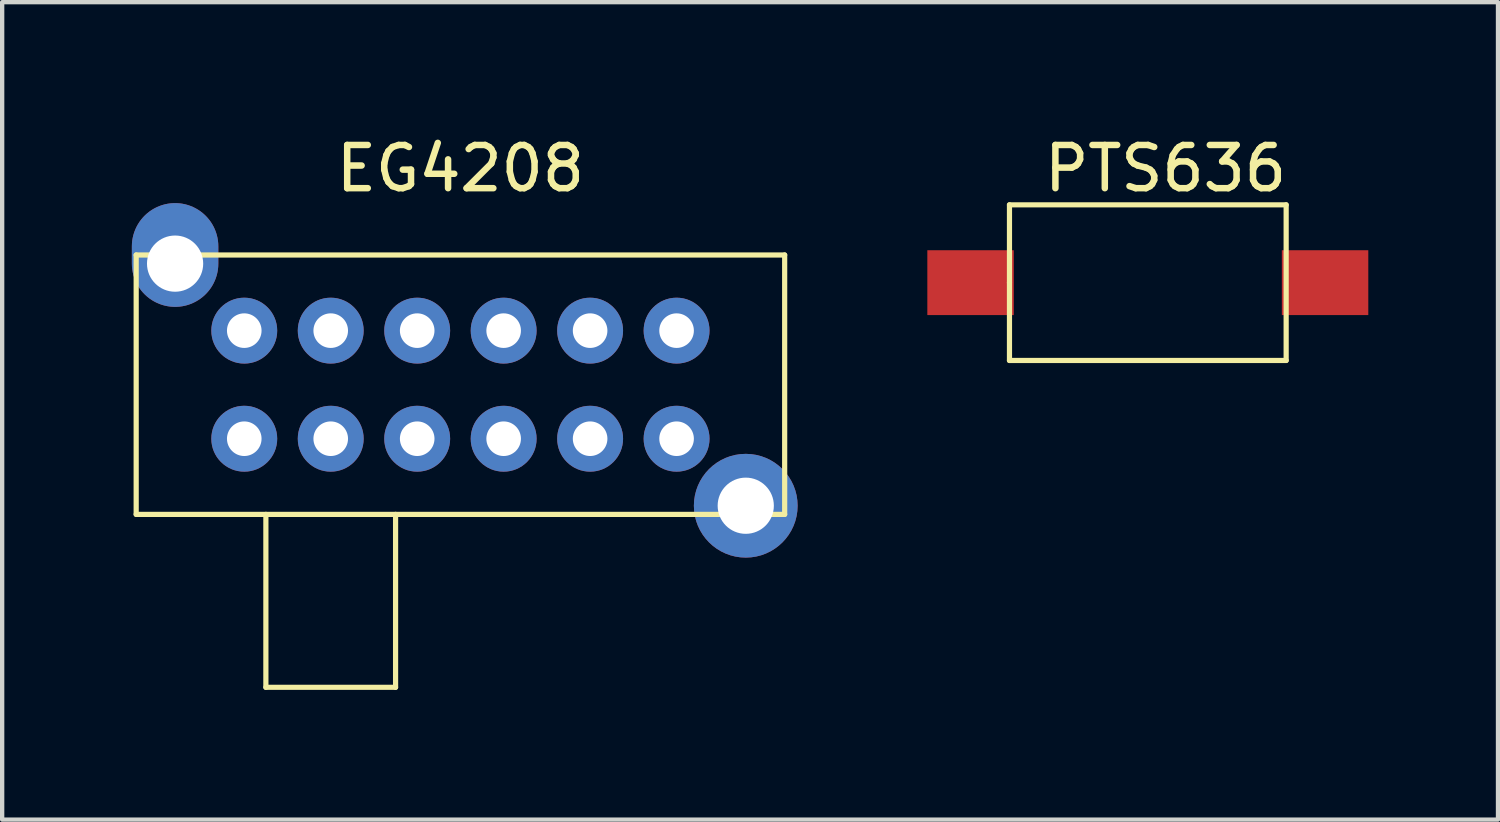
<source format=kicad_pcb>
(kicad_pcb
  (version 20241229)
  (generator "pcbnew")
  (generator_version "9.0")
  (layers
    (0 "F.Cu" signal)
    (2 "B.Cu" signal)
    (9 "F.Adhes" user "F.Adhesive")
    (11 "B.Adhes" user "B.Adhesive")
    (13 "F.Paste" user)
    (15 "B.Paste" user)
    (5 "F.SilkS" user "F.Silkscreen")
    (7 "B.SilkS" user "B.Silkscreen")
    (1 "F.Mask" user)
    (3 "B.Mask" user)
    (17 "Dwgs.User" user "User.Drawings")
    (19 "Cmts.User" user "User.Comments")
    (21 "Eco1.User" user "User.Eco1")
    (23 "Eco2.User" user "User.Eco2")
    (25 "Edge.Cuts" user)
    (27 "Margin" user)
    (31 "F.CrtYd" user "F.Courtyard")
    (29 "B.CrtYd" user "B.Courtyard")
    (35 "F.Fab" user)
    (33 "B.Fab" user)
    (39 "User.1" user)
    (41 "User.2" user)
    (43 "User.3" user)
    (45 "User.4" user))
  (footprint "PTS636"
    (layer "F.Cu")
    (at 23.5 3.488)
    (property "Reference" "PTS636" (at 0.41 -2.64 0) (layer "F.SilkS") (effects (font (size 1 1) (thickness 0.15))))
    (attr through_hole)
    (fp_line (start -3.2 -1.8) (end 3.2 -1.8) (stroke (width 0.12) (type solid)) (layer "F.SilkS"))
    (fp_line (start -3.2 0) (end -3.2 -1.8) (stroke (width 0.12) (type solid)) (layer "F.SilkS"))
    (fp_line (start -3.2 1.8) (end -3.2 0) (stroke (width 0.12) (type solid)) (layer "F.SilkS"))
    (fp_line (start 3.2 -1.8) (end 3.2 1.8) (stroke (width 0.12) (type solid)) (layer "F.SilkS"))
    (fp_line (start 3.2 1.8) (end -3.2 1.8) (stroke (width 0.12) (type solid)) (layer "F.SilkS"))
    (pad "1" smd rect (at -4.1 0) (size 2 1.5) (layers "F.Cu" "F.Mask" "F.Paste"))
    (pad "2" smd rect (at 4.1 0) (size 2 1.5) (layers "F.Cu" "F.Mask" "F.Paste")))
  (footprint "EG4208"
    (layer "F.Cu")
    (at 7.6 5.848)
    (property "Reference" "EG4208" (at 0 -5 0) (layer "F.SilkS") (effects (font (size 1 1) (thickness 0.15))))
    (attr through_hole)
    (fp_line (start -7.5 -3) (end 7.5 -3) (stroke (width 0.12) (type solid)) (layer "F.SilkS"))
    (fp_line (start -7.5 3) (end -7.5 -3) (stroke (width 0.12) (type solid)) (layer "F.SilkS"))
    (fp_line (start -4.5 7) (end -4.5 3) (stroke (width 0.12) (type solid)) (layer "F.SilkS"))
    (fp_line (start -1.5 3) (end -1.5 7) (stroke (width 0.12) (type solid)) (layer "F.SilkS"))
    (fp_line (start -1.5 7) (end -4.5 7) (stroke (width 0.12) (type solid)) (layer "F.SilkS"))
    (fp_line (start 7.5 -3) (end 7.5 3) (stroke (width 0.12) (type solid)) (layer "F.SilkS"))
    (fp_line (start 7.5 3) (end -7.5 3) (stroke (width 0.12) (type solid)) (layer "F.SilkS"))
    (pad "" thru_hole oval (at -6.6 -2.8) (size 2 2.4) (drill 1.3 (offset 0 -0.2)) (layers "*.Cu" "*.Mask"))
    (pad "" thru_hole circle (at 6.6 2.8) (size 2.4 2.4) (drill 1.3) (layers "*.Cu" "*.Mask"))
    (pad "1" thru_hole circle (at -5 1.25) (size 1.524 1.524) (drill 0.8) (layers "*.Cu" "*.Mask"))
    (pad "2" thru_hole circle (at -3 1.25) (size 1.524 1.524) (drill 0.8) (layers "*.Cu" "*.Mask"))
    (pad "3" thru_hole circle (at -1 1.25) (size 1.524 1.524) (drill 0.8) (layers "*.Cu" "*.Mask"))
    (pad "4" thru_hole circle (at 1 1.25) (size 1.524 1.524) (drill 0.8) (layers "*.Cu" "*.Mask"))
    (pad "5" thru_hole circle (at 3 1.25) (size 1.524 1.524) (drill 0.8) (layers "*.Cu" "*.Mask"))
    (pad "6" thru_hole circle (at 5 1.25) (size 1.524 1.524) (drill 0.8) (layers "*.Cu" "*.Mask"))
    (pad "7" thru_hole circle (at -5 -1.25) (size 1.524 1.524) (drill 0.8) (layers "*.Cu" "*.Mask"))
    (pad "8" thru_hole circle (at -3 -1.25) (size 1.524 1.524) (drill 0.8) (layers "*.Cu" "*.Mask"))
    (pad "9" thru_hole circle (at -1 -1.25) (size 1.524 1.524) (drill 0.8) (layers "*.Cu" "*.Mask"))
    (pad "10" thru_hole circle (at 1 -1.25) (size 1.524 1.524) (drill 0.8) (layers "*.Cu" "*.Mask"))
    (pad "11" thru_hole circle (at 3 -1.25) (size 1.524 1.524) (drill 0.8) (layers "*.Cu" "*.Mask"))
    (pad "12" thru_hole circle (at 5 -1.25) (size 1.524 1.524) (drill 0.8) (layers "*.Cu" "*.Mask")))
  (gr_rect
    (start -3 -3)
    (end 31.6 15.908)
    (stroke (width 0.1) (type default))
    (fill no)
    (layer "Edge.Cuts")))
</source>
